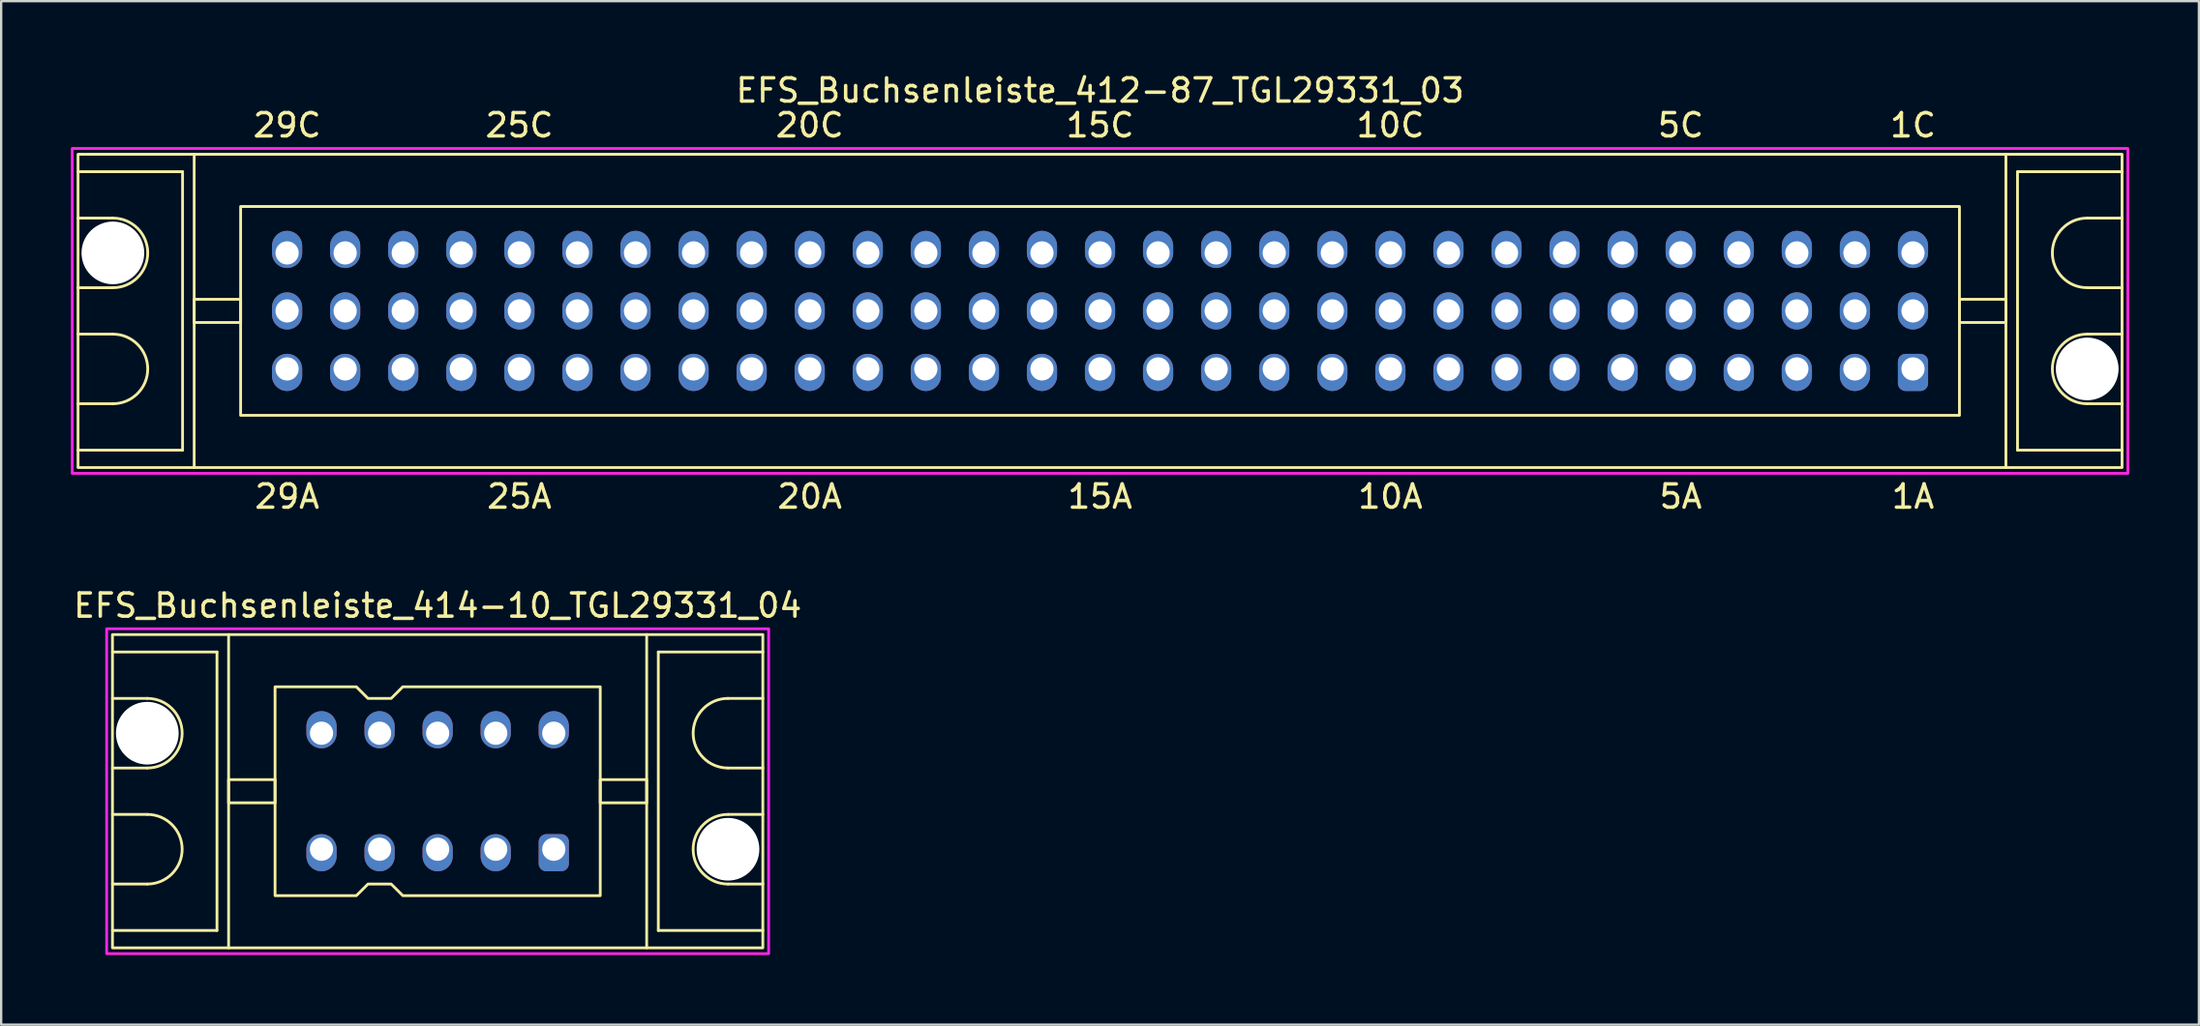
<source format=kicad_pcb>
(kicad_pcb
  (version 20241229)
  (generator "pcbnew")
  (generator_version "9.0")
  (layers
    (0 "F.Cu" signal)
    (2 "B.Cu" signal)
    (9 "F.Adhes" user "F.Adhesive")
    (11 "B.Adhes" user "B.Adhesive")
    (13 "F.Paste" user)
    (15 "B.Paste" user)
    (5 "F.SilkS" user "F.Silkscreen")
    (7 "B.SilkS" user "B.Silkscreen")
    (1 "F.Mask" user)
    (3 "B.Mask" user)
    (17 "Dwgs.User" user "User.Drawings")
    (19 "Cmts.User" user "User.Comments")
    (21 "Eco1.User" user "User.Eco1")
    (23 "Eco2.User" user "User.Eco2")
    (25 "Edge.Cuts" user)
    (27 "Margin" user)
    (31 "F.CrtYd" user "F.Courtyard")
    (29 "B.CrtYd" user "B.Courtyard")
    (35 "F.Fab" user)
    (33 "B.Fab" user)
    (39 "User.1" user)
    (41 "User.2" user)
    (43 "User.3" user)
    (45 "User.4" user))
  (footprint "EFS_Buchsenleiste_414-10_TGL29331_04"
    (layer "F.Cu")
    (at 15.792 31.045)
    (property "Reference" "EFS_Buchsenleiste_414-10_TGL29331_04" (at 0 -8 180) (layer "F.SilkS") (effects (font (size 1 1) (thickness 0.15))))
    (attr through_hole)
    (fp_line (start -14 -6) (end -9.5 -6) (stroke (width 0.12) (type solid)) (layer "F.SilkS"))
    (fp_line (start -12.5 -4) (end -14 -4) (stroke (width 0.12) (type solid)) (layer "F.SilkS"))
    (fp_line (start -12.5 -1) (end -14 -1) (stroke (width 0.12) (type solid)) (layer "F.SilkS"))
    (fp_line (start -12.5 1) (end -14 1) (stroke (width 0.12) (type solid)) (layer "F.SilkS"))
    (fp_line (start -12.5 4) (end -14 4) (stroke (width 0.12) (type solid)) (layer "F.SilkS"))
    (fp_line (start -9.5 -6) (end -9.5 6) (stroke (width 0.12) (type solid)) (layer "F.SilkS"))
    (fp_line (start -9.5 6) (end -14 6) (stroke (width 0.12) (type solid)) (layer "F.SilkS"))
    (fp_line (start -9 6.75) (end -9 -6.75) (stroke (width 0.12) (type solid)) (layer "F.SilkS"))
    (fp_line (start 9 6.75) (end 9 -6.75) (stroke (width 0.12) (type solid)) (layer "F.SilkS"))
    (fp_line (start 9.5 -6) (end 9.5 6) (stroke (width 0.12) (type solid)) (layer "F.SilkS"))
    (fp_line (start 9.5 6) (end 14 6) (stroke (width 0.12) (type solid)) (layer "F.SilkS"))
    (fp_line (start 12.5 -4) (end 14 -4) (stroke (width 0.12) (type solid)) (layer "F.SilkS"))
    (fp_line (start 12.5 -1) (end 14 -1) (stroke (width 0.12) (type solid)) (layer "F.SilkS"))
    (fp_line (start 12.5 1) (end 14 1) (stroke (width 0.12) (type solid)) (layer "F.SilkS"))
    (fp_line (start 12.5 4) (end 14 4) (stroke (width 0.12) (type solid)) (layer "F.SilkS"))
    (fp_line (start 14 -6) (end 9.5 -6) (stroke (width 0.12) (type solid)) (layer "F.SilkS"))
    (fp_rect (start -14 -6.75) (end 14 6.75) (stroke (width 0.12) (type solid)) (fill no) (layer "F.SilkS"))
    (fp_rect (start -9 -0.5) (end -7 0.5) (stroke (width 0.12) (type solid)) (fill no) (layer "F.SilkS"))
    (fp_rect (start 9 -0.5) (end 7 0.5) (stroke (width 0.12) (type solid)) (fill no) (layer "F.SilkS"))
    (fp_arc (start -12.5 -4) (mid -11 -2.5) (end -12.5 -1) (stroke (width 0.12) (type solid)) (layer "F.SilkS"))
    (fp_arc (start -12.5 1) (mid -11 2.5) (end -12.5 4) (stroke (width 0.12) (type solid)) (layer "F.SilkS"))
    (fp_arc (start 12.5 -1) (mid 11 -2.5) (end 12.5 -4) (stroke (width 0.12) (type solid)) (layer "F.SilkS"))
    (fp_arc (start 12.5 4) (mid 11 2.5) (end 12.5 1) (stroke (width 0.12) (type solid)) (layer "F.SilkS"))
    (fp_poly (pts (xy -3 -4) (xy -2 -4) (xy -1.5 -4.5) (xy 7 -4.5) (xy 7 4.5) (xy -1.5 4.5) (xy -2 4) (xy -3 4) (xy -3.5 4.5) (xy -7 4.5) (xy -7 -4.5) (xy -3.5 -4.5)) (stroke (width 0.12) (type solid)) (fill no) (layer "F.SilkS"))
    (fp_rect (start -14.25 -7) (end 14.25 7) (stroke (width 0.12) (type solid)) (fill no) (layer "F.CrtYd"))
    (pad "" np_thru_hole circle (at -12.5 -2.5) (size 2.7 2.7) (drill 2.7) (layers "*.Cu" "*.Mask"))
    (pad "" np_thru_hole circle (at 12.5 2.5) (size 2.7 2.7) (drill 2.7) (layers "*.Cu" "*.Mask"))
    (pad "1a" thru_hole roundrect (at 5 2.5 180) (size 1.3 1.6) (drill 1 (offset 0 -0.15)) (layers "*.Cu" "*.Mask") (roundrect_rratio 0.25))
    (pad "1c" thru_hole oval (at 5 -2.5 180) (size 1.3 1.6) (drill 1 (offset 0 0.15)) (layers "*.Cu" "*.Mask"))
    (pad "2a" thru_hole oval (at 2.5 2.5 180) (size 1.3 1.6) (drill 1 (offset 0 -0.15)) (layers "*.Cu" "*.Mask"))
    (pad "2c" thru_hole oval (at 2.5 -2.5 180) (size 1.3 1.6) (drill 1 (offset 0 0.15)) (layers "*.Cu" "*.Mask"))
    (pad "3a" thru_hole oval (at 0 2.5 180) (size 1.3 1.6) (drill 1 (offset 0 -0.15)) (layers "*.Cu" "*.Mask"))
    (pad "3c" thru_hole oval (at 0 -2.5 180) (size 1.3 1.6) (drill 1 (offset 0 0.15)) (layers "*.Cu" "*.Mask"))
    (pad "4a" thru_hole oval (at -2.5 2.5 180) (size 1.3 1.6) (drill 1 (offset 0 -0.15)) (layers "*.Cu" "*.Mask"))
    (pad "4c" thru_hole oval (at -2.5 -2.5 180) (size 1.3 1.6) (drill 1 (offset 0 0.15)) (layers "*.Cu" "*.Mask"))
    (pad "5a" thru_hole oval (at -5 2.5 180) (size 1.3 1.6) (drill 1 (offset 0 -0.15)) (layers "*.Cu" "*.Mask"))
    (pad "5c" thru_hole oval (at -5 -2.5 180) (size 1.3 1.6) (drill 1 (offset 0 0.15)) (layers "*.Cu" "*.Mask")))
  (footprint "EFS_Buchsenleiste_412-87_TGL29331_03"
    (layer "F.Cu")
    (at 44.31 10.348)
    (property "Reference" "EFS_Buchsenleiste_412-87_TGL29331_03" (at 0 -9.5 180) (layer "F.SilkS") (effects (font (size 1 1) (thickness 0.15))))
    (attr through_hole)
    (fp_line (start -44 -6) (end -39.5 -6) (stroke (width 0.12) (type solid)) (layer "F.SilkS"))
    (fp_line (start -42.5 -4) (end -44 -4) (stroke (width 0.12) (type solid)) (layer "F.SilkS"))
    (fp_line (start -42.5 -1) (end -44 -1) (stroke (width 0.12) (type solid)) (layer "F.SilkS"))
    (fp_line (start -42.5 1) (end -44 1) (stroke (width 0.12) (type solid)) (layer "F.SilkS"))
    (fp_line (start -42.5 4) (end -44 4) (stroke (width 0.12) (type solid)) (layer "F.SilkS"))
    (fp_line (start -39.5 -6) (end -39.5 6) (stroke (width 0.12) (type solid)) (layer "F.SilkS"))
    (fp_line (start -39.5 6) (end -44 6) (stroke (width 0.12) (type solid)) (layer "F.SilkS"))
    (fp_line (start -39 6.75) (end -39 -6.75) (stroke (width 0.12) (type solid)) (layer "F.SilkS"))
    (fp_line (start 39 6.75) (end 39 -6.75) (stroke (width 0.12) (type solid)) (layer "F.SilkS"))
    (fp_line (start 39.5 -6) (end 39.5 6) (stroke (width 0.12) (type solid)) (layer "F.SilkS"))
    (fp_line (start 39.5 6) (end 44 6) (stroke (width 0.12) (type solid)) (layer "F.SilkS"))
    (fp_line (start 42.5 -4) (end 44 -4) (stroke (width 0.12) (type solid)) (layer "F.SilkS"))
    (fp_line (start 42.5 -1) (end 44 -1) (stroke (width 0.12) (type solid)) (layer "F.SilkS"))
    (fp_line (start 42.5 1) (end 44 1) (stroke (width 0.12) (type solid)) (layer "F.SilkS"))
    (fp_line (start 42.5 4) (end 44 4) (stroke (width 0.12) (type solid)) (layer "F.SilkS"))
    (fp_line (start 44 -6) (end 39.5 -6) (stroke (width 0.12) (type solid)) (layer "F.SilkS"))
    (fp_rect (start -44 -6.75) (end 44 6.75) (stroke (width 0.12) (type solid)) (fill no) (layer "F.SilkS"))
    (fp_rect (start -39 -0.5) (end -37 0.5) (stroke (width 0.12) (type solid)) (fill no) (layer "F.SilkS"))
    (fp_rect (start -37 -4.5) (end 37 4.5) (stroke (width 0.12) (type solid)) (fill no) (layer "F.SilkS"))
    (fp_rect (start 39 -0.5) (end 37 0.5) (stroke (width 0.12) (type solid)) (fill no) (layer "F.SilkS"))
    (fp_arc (start -42.5 -4) (mid -41 -2.5) (end -42.5 -1) (stroke (width 0.12) (type solid)) (layer "F.SilkS"))
    (fp_arc (start -42.5 1) (mid -41 2.5) (end -42.5 4) (stroke (width 0.12) (type solid)) (layer "F.SilkS"))
    (fp_arc (start 42.5 -1) (mid 41 -2.5) (end 42.5 -4) (stroke (width 0.12) (type solid)) (layer "F.SilkS"))
    (fp_arc (start 42.5 4) (mid 41 2.5) (end 42.5 1) (stroke (width 0.12) (type solid)) (layer "F.SilkS"))
    (fp_rect (start -44.25 -7) (end 44.25 7) (stroke (width 0.12) (type solid)) (fill no) (layer "F.CrtYd"))
    (fp_text user "15C" (at 0 -8 180) (layer "F.SilkS") (effects (font (size 1 1) (thickness 0.15))))
    (fp_text user "29A" (at -35 8 180) (layer "F.SilkS") (effects (font (size 1 1) (thickness 0.15))))
    (fp_text user "10C" (at 12.5 -8 180) (layer "F.SilkS") (effects (font (size 1 1) (thickness 0.15))))
    (fp_text user "5A" (at 25 8 180) (layer "F.SilkS") (effects (font (size 1 1) (thickness 0.15))))
    (fp_text user "10A" (at 12.5 8 180) (layer "F.SilkS") (effects (font (size 1 1) (thickness 0.15))))
    (fp_text user "25C" (at -25 -8 180) (layer "F.SilkS") (effects (font (size 1 1) (thickness 0.15))))
    (fp_text user "1C" (at 35 -8 180) (layer "F.SilkS") (effects (font (size 1 1) (thickness 0.15))))
    (fp_text user "15A" (at 0 8 180) (layer "F.SilkS") (effects (font (size 1 1) (thickness 0.15))))
    (fp_text user "20A" (at -12.5 8 180) (layer "F.SilkS") (effects (font (size 1 1) (thickness 0.15))))
    (fp_text user "20C" (at -12.5 -8 180) (layer "F.SilkS") (effects (font (size 1 1) (thickness 0.15))))
    (fp_text user "29C" (at -35 -8 180) (layer "F.SilkS") (effects (font (size 1 1) (thickness 0.15))))
    (fp_text user "25A" (at -25 8 180) (layer "F.SilkS") (effects (font (size 1 1) (thickness 0.15))))
    (fp_text user "1A" (at 35 8 180) (layer "F.SilkS") (effects (font (size 1 1) (thickness 0.15))))
    (fp_text user "5C" (at 25 -8 180) (layer "F.SilkS") (effects (font (size 1 1) (thickness 0.15))))
    (pad "" np_thru_hole circle (at -42.5 -2.5) (size 2.7 2.7) (drill 2.7) (layers "*.Cu" "*.Mask"))
    (pad "" np_thru_hole circle (at 42.5 2.5) (size 2.7 2.7) (drill 2.7) (layers "*.Cu" "*.Mask"))
    (pad "1a" thru_hole roundrect (at 35 2.5 180) (size 1.3 1.6) (drill 1 (offset 0 -0.15)) (layers "*.Cu" "*.Mask") (roundrect_rratio 0.25))
    (pad "1b" thru_hole oval (at 35 0 180) (size 1.3 1.6) (drill 1) (layers "*.Cu" "*.Mask"))
    (pad "1c" thru_hole oval (at 35 -2.5 180) (size 1.3 1.6) (drill 1 (offset 0 0.15)) (layers "*.Cu" "*.Mask"))
    (pad "2a" thru_hole oval (at 32.5 2.5 180) (size 1.3 1.6) (drill 1 (offset 0 -0.15)) (layers "*.Cu" "*.Mask"))
    (pad "2b" thru_hole oval (at 32.5 0 180) (size 1.3 1.6) (drill 1) (layers "*.Cu" "*.Mask"))
    (pad "2c" thru_hole oval (at 32.5 -2.5 180) (size 1.3 1.6) (drill 1 (offset 0 0.15)) (layers "*.Cu" "*.Mask"))
    (pad "3a" thru_hole oval (at 30 2.5 180) (size 1.3 1.6) (drill 1 (offset 0 -0.15)) (layers "*.Cu" "*.Mask"))
    (pad "3b" thru_hole oval (at 30 0 180) (size 1.3 1.6) (drill 1) (layers "*.Cu" "*.Mask"))
    (pad "3c" thru_hole oval (at 30 -2.5 180) (size 1.3 1.6) (drill 1 (offset 0 0.15)) (layers "*.Cu" "*.Mask"))
    (pad "4a" thru_hole oval (at 27.5 2.5 180) (size 1.3 1.6) (drill 1 (offset 0 -0.15)) (layers "*.Cu" "*.Mask"))
    (pad "4b" thru_hole oval (at 27.5 0 180) (size 1.3 1.6) (drill 1) (layers "*.Cu" "*.Mask"))
    (pad "4c" thru_hole oval (at 27.5 -2.5 180) (size 1.3 1.6) (drill 1 (offset 0 0.15)) (layers "*.Cu" "*.Mask"))
    (pad "5a" thru_hole oval (at 25 2.5 180) (size 1.3 1.6) (drill 1 (offset 0 -0.15)) (layers "*.Cu" "*.Mask"))
    (pad "5b" thru_hole oval (at 25 0 180) (size 1.3 1.6) (drill 1) (layers "*.Cu" "*.Mask"))
    (pad "5c" thru_hole oval (at 25 -2.5 180) (size 1.3 1.6) (drill 1 (offset 0 0.15)) (layers "*.Cu" "*.Mask"))
    (pad "6a" thru_hole oval (at 22.5 2.5 180) (size 1.3 1.6) (drill 1 (offset 0 -0.15)) (layers "*.Cu" "*.Mask"))
    (pad "6b" thru_hole oval (at 22.5 0 180) (size 1.3 1.6) (drill 1) (layers "*.Cu" "*.Mask"))
    (pad "6c" thru_hole oval (at 22.5 -2.5 180) (size 1.3 1.6) (drill 1 (offset 0 0.15)) (layers "*.Cu" "*.Mask"))
    (pad "7a" thru_hole oval (at 20 2.5 180) (size 1.3 1.6) (drill 1 (offset 0 -0.15)) (layers "*.Cu" "*.Mask"))
    (pad "7b" thru_hole oval (at 20 0 180) (size 1.3 1.6) (drill 1) (layers "*.Cu" "*.Mask"))
    (pad "7c" thru_hole oval (at 20 -2.5 180) (size 1.3 1.6) (drill 1 (offset 0 0.15)) (layers "*.Cu" "*.Mask"))
    (pad "8a" thru_hole oval (at 17.5 2.5 180) (size 1.3 1.6) (drill 1 (offset 0 -0.15)) (layers "*.Cu" "*.Mask"))
    (pad "8b" thru_hole oval (at 17.5 0 180) (size 1.3 1.6) (drill 1) (layers "*.Cu" "*.Mask"))
    (pad "8c" thru_hole oval (at 17.5 -2.5 180) (size 1.3 1.6) (drill 1 (offset 0 0.15)) (layers "*.Cu" "*.Mask"))
    (pad "9a" thru_hole oval (at 15 2.5 180) (size 1.3 1.6) (drill 1 (offset 0 -0.15)) (layers "*.Cu" "*.Mask"))
    (pad "9b" thru_hole oval (at 15 0 180) (size 1.3 1.6) (drill 1) (layers "*.Cu" "*.Mask"))
    (pad "9c" thru_hole oval (at 15 -2.5 180) (size 1.3 1.6) (drill 1 (offset 0 0.15)) (layers "*.Cu" "*.Mask"))
    (pad "10a" thru_hole oval (at 12.5 2.5 180) (size 1.3 1.6) (drill 1 (offset 0 -0.15)) (layers "*.Cu" "*.Mask"))
    (pad "10b" thru_hole oval (at 12.5 0 180) (size 1.3 1.6) (drill 1) (layers "*.Cu" "*.Mask"))
    (pad "10c" thru_hole oval (at 12.5 -2.5 180) (size 1.3 1.6) (drill 1 (offset 0 0.15)) (layers "*.Cu" "*.Mask"))
    (pad "11a" thru_hole oval (at 10 2.5 180) (size 1.3 1.6) (drill 1 (offset 0 -0.15)) (layers "*.Cu" "*.Mask"))
    (pad "11b" thru_hole oval (at 10 0 180) (size 1.3 1.6) (drill 1) (layers "*.Cu" "*.Mask"))
    (pad "11c" thru_hole oval (at 10 -2.5 180) (size 1.3 1.6) (drill 1 (offset 0 0.15)) (layers "*.Cu" "*.Mask"))
    (pad "12a" thru_hole oval (at 7.5 2.5 180) (size 1.3 1.6) (drill 1 (offset 0 -0.15)) (layers "*.Cu" "*.Mask"))
    (pad "12b" thru_hole oval (at 7.5 0 180) (size 1.3 1.6) (drill 1) (layers "*.Cu" "*.Mask"))
    (pad "12c" thru_hole oval (at 7.5 -2.5 180) (size 1.3 1.6) (drill 1 (offset 0 0.15)) (layers "*.Cu" "*.Mask"))
    (pad "13a" thru_hole oval (at 5 2.5 180) (size 1.3 1.6) (drill 1 (offset 0 -0.15)) (layers "*.Cu" "*.Mask"))
    (pad "13b" thru_hole oval (at 5 0 180) (size 1.3 1.6) (drill 1) (layers "*.Cu" "*.Mask"))
    (pad "13c" thru_hole oval (at 5 -2.5 180) (size 1.3 1.6) (drill 1 (offset 0 0.15)) (layers "*.Cu" "*.Mask"))
    (pad "14a" thru_hole oval (at 2.5 2.5 180) (size 1.3 1.6) (drill 1 (offset 0 -0.15)) (layers "*.Cu" "*.Mask"))
    (pad "14b" thru_hole oval (at 2.5 0 180) (size 1.3 1.6) (drill 1) (layers "*.Cu" "*.Mask"))
    (pad "14c" thru_hole oval (at 2.5 -2.5 180) (size 1.3 1.6) (drill 1 (offset 0 0.15)) (layers "*.Cu" "*.Mask"))
    (pad "15a" thru_hole oval (at 0 2.5 180) (size 1.3 1.6) (drill 1 (offset 0 -0.15)) (layers "*.Cu" "*.Mask"))
    (pad "15b" thru_hole oval (at 0 0 180) (size 1.3 1.6) (drill 1) (layers "*.Cu" "*.Mask"))
    (pad "15c" thru_hole oval (at 0 -2.5 180) (size 1.3 1.6) (drill 1 (offset 0 0.15)) (layers "*.Cu" "*.Mask"))
    (pad "16a" thru_hole oval (at -2.5 2.5 180) (size 1.3 1.6) (drill 1 (offset 0 -0.15)) (layers "*.Cu" "*.Mask"))
    (pad "16b" thru_hole oval (at -2.5 0 180) (size 1.3 1.6) (drill 1) (layers "*.Cu" "*.Mask"))
    (pad "16c" thru_hole oval (at -2.5 -2.5 180) (size 1.3 1.6) (drill 1 (offset 0 0.15)) (layers "*.Cu" "*.Mask"))
    (pad "17a" thru_hole oval (at -5 2.5 180) (size 1.3 1.6) (drill 1 (offset 0 -0.15)) (layers "*.Cu" "*.Mask"))
    (pad "17b" thru_hole oval (at -5 0 180) (size 1.3 1.6) (drill 1) (layers "*.Cu" "*.Mask"))
    (pad "17c" thru_hole oval (at -5 -2.5 180) (size 1.3 1.6) (drill 1 (offset 0 0.15)) (layers "*.Cu" "*.Mask"))
    (pad "18a" thru_hole oval (at -7.5 2.5 180) (size 1.3 1.6) (drill 1 (offset 0 -0.15)) (layers "*.Cu" "*.Mask"))
    (pad "18b" thru_hole oval (at -7.5 0 180) (size 1.3 1.6) (drill 1) (layers "*.Cu" "*.Mask"))
    (pad "18c" thru_hole oval (at -7.5 -2.5 180) (size 1.3 1.6) (drill 1 (offset 0 0.15)) (layers "*.Cu" "*.Mask"))
    (pad "19a" thru_hole oval (at -10 2.5 180) (size 1.3 1.6) (drill 1 (offset 0 -0.15)) (layers "*.Cu" "*.Mask"))
    (pad "19b" thru_hole oval (at -10 0 180) (size 1.3 1.6) (drill 1) (layers "*.Cu" "*.Mask"))
    (pad "19c" thru_hole oval (at -10 -2.5 180) (size 1.3 1.6) (drill 1 (offset 0 0.15)) (layers "*.Cu" "*.Mask"))
    (pad "20a" thru_hole oval (at -12.5 2.5 180) (size 1.3 1.6) (drill 1 (offset 0 -0.15)) (layers "*.Cu" "*.Mask"))
    (pad "20b" thru_hole oval (at -12.5 0 180) (size 1.3 1.6) (drill 1) (layers "*.Cu" "*.Mask"))
    (pad "20c" thru_hole oval (at -12.5 -2.5 180) (size 1.3 1.6) (drill 1 (offset 0 0.15)) (layers "*.Cu" "*.Mask"))
    (pad "21a" thru_hole oval (at -15 2.5 180) (size 1.3 1.6) (drill 1 (offset 0 -0.15)) (layers "*.Cu" "*.Mask"))
    (pad "21b" thru_hole oval (at -15 0 180) (size 1.3 1.6) (drill 1) (layers "*.Cu" "*.Mask"))
    (pad "21c" thru_hole oval (at -15 -2.5 180) (size 1.3 1.6) (drill 1 (offset 0 0.15)) (layers "*.Cu" "*.Mask"))
    (pad "22a" thru_hole oval (at -17.5 2.5 180) (size 1.3 1.6) (drill 1 (offset 0 -0.15)) (layers "*.Cu" "*.Mask"))
    (pad "22b" thru_hole oval (at -17.5 0 180) (size 1.3 1.6) (drill 1) (layers "*.Cu" "*.Mask"))
    (pad "22c" thru_hole oval (at -17.5 -2.5 180) (size 1.3 1.6) (drill 1 (offset 0 0.15)) (layers "*.Cu" "*.Mask"))
    (pad "23a" thru_hole oval (at -20 2.5 180) (size 1.3 1.6) (drill 1 (offset 0 -0.15)) (layers "*.Cu" "*.Mask"))
    (pad "23b" thru_hole oval (at -20 0 180) (size 1.3 1.6) (drill 1) (layers "*.Cu" "*.Mask"))
    (pad "23c" thru_hole oval (at -20 -2.5 180) (size 1.3 1.6) (drill 1 (offset 0 0.15)) (layers "*.Cu" "*.Mask"))
    (pad "24a" thru_hole oval (at -22.5 2.5 180) (size 1.3 1.6) (drill 1 (offset 0 -0.15)) (layers "*.Cu" "*.Mask"))
    (pad "24b" thru_hole oval (at -22.5 0 180) (size 1.3 1.6) (drill 1) (layers "*.Cu" "*.Mask"))
    (pad "24c" thru_hole oval (at -22.5 -2.5 180) (size 1.3 1.6) (drill 1 (offset 0 0.15)) (layers "*.Cu" "*.Mask"))
    (pad "25a" thru_hole oval (at -25 2.5 180) (size 1.3 1.6) (drill 1 (offset 0 -0.15)) (layers "*.Cu" "*.Mask"))
    (pad "25b" thru_hole oval (at -25 0 180) (size 1.3 1.6) (drill 1) (layers "*.Cu" "*.Mask"))
    (pad "25c" thru_hole oval (at -25 -2.5 180) (size 1.3 1.6) (drill 1 (offset 0 0.15)) (layers "*.Cu" "*.Mask"))
    (pad "26a" thru_hole oval (at -27.5 2.5 180) (size 1.3 1.6) (drill 1 (offset 0 -0.15)) (layers "*.Cu" "*.Mask"))
    (pad "26b" thru_hole oval (at -27.5 0 180) (size 1.3 1.6) (drill 1) (layers "*.Cu" "*.Mask"))
    (pad "26c" thru_hole oval (at -27.5 -2.5 180) (size 1.3 1.6) (drill 1 (offset 0 0.15)) (layers "*.Cu" "*.Mask"))
    (pad "27a" thru_hole oval (at -30 2.5 180) (size 1.3 1.6) (drill 1 (offset 0 -0.15)) (layers "*.Cu" "*.Mask"))
    (pad "27b" thru_hole oval (at -30 0 180) (size 1.3 1.6) (drill 1) (layers "*.Cu" "*.Mask"))
    (pad "27c" thru_hole oval (at -30 -2.5 180) (size 1.3 1.6) (drill 1 (offset 0 0.15)) (layers "*.Cu" "*.Mask"))
    (pad "28a" thru_hole oval (at -32.5 2.5 180) (size 1.3 1.6) (drill 1 (offset 0 -0.15)) (layers "*.Cu" "*.Mask"))
    (pad "28b" thru_hole oval (at -32.5 0 180) (size 1.3 1.6) (drill 1) (layers "*.Cu" "*.Mask"))
    (pad "28c" thru_hole oval (at -32.5 -2.5 180) (size 1.3 1.6) (drill 1 (offset 0 0.15)) (layers "*.Cu" "*.Mask"))
    (pad "29a" thru_hole oval (at -35 2.5 180) (size 1.3 1.6) (drill 1 (offset 0 -0.15)) (layers "*.Cu" "*.Mask"))
    (pad "29b" thru_hole oval (at -35 0 180) (size 1.3 1.6) (drill 1) (layers "*.Cu" "*.Mask"))
    (pad "29c" thru_hole oval (at -35 -2.5 180) (size 1.3 1.6) (drill 1 (offset 0 0.15)) (layers "*.Cu" "*.Mask")))
  (gr_rect
    (start -3 -3)
    (end 91.62 41.105)
    (stroke (width 0.1) (type default))
    (fill no)
    (layer "Edge.Cuts")))
</source>
